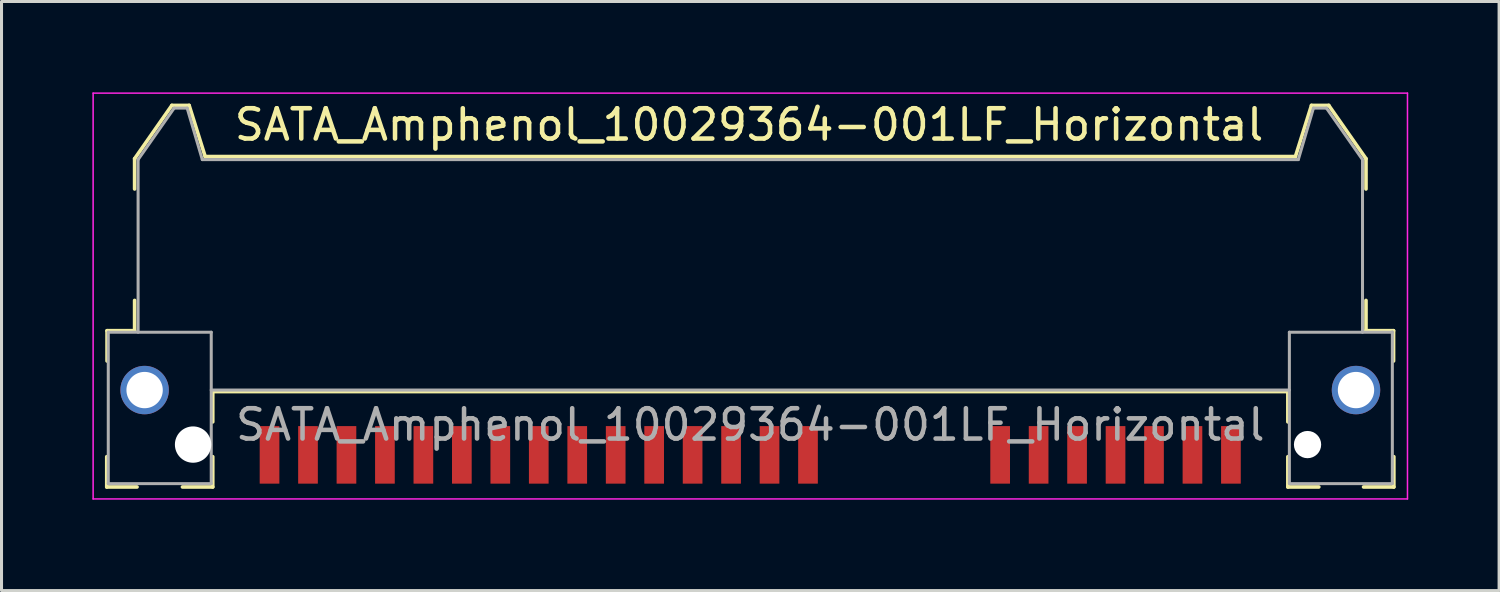
<source format=kicad_pcb>
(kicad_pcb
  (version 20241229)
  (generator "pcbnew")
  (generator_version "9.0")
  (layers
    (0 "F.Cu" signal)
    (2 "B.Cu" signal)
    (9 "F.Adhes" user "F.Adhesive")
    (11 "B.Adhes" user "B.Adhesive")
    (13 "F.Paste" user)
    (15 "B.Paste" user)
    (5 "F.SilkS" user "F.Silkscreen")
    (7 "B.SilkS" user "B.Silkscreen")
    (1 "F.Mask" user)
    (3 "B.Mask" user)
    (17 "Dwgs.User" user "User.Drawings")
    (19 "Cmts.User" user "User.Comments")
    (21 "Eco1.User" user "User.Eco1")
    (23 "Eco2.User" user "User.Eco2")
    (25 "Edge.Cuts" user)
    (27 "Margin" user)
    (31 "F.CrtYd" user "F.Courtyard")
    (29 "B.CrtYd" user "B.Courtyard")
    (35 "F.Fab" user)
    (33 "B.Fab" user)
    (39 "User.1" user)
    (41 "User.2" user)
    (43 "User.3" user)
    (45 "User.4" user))
  (footprint "SATA_Amphenol_10029364-001LF_Horizontal"
    (layer "F.Cu")
    (at 21.725 10.975)
    (property "Reference" "SATA_Amphenol_10029364-001LF_Horizontal" (at -0.041 -9.906 0) (layer "F.SilkS") (effects (font (size 1 1) (thickness 0.15))))
    (attr smd)
    (fp_line (start -21.25 1.055) (end -21.25 2.055) (stroke (width 0.12) (type solid)) (layer "F.SilkS"))
    (fp_line (start -21.25 2.055) (end -20.25 2.055) (stroke (width 0.12) (type solid)) (layer "F.SilkS"))
    (fp_line (start -21.24 -3.105) (end -21.24 -2.105) (stroke (width 0.12) (type solid)) (layer "F.SilkS"))
    (fp_line (start -21.24 -3.105) (end -20.33 -3.105) (stroke (width 0.12) (type solid)) (layer "F.SilkS"))
    (fp_line (start -20.33 -8.785) (end -20.33 -7.785) (stroke (width 0.12) (type solid)) (layer "F.SilkS"))
    (fp_line (start -20.33 -8.785) (end -19.1 -10.545) (stroke (width 0.12) (type solid)) (layer "F.SilkS"))
    (fp_line (start -20.33 -3.105) (end -20.33 -4.105) (stroke (width 0.12) (type solid)) (layer "F.SilkS"))
    (fp_line (start -19.1 -10.545) (end -18.53 -10.545) (stroke (width 0.12) (type solid)) (layer "F.SilkS"))
    (fp_line (start -18.75 2.055) (end -17.75 2.055) (stroke (width 0.12) (type solid)) (layer "F.SilkS"))
    (fp_line (start -18 -8.855) (end -18.53 -10.545) (stroke (width 0.12) (type solid)) (layer "F.SilkS"))
    (fp_line (start -17.75 -1.095) (end -17.75 -0.095) (stroke (width 0.12) (type solid)) (layer "F.SilkS"))
    (fp_line (start -17.75 1.055) (end -17.75 2.055) (stroke (width 0.12) (type solid)) (layer "F.SilkS"))
    (fp_line (start 17.75 -1.095) (end -17.75 -1.095) (stroke (width 0.12) (type solid)) (layer "F.SilkS"))
    (fp_line (start 17.75 -1.095) (end 17.75 -0.095) (stroke (width 0.12) (type solid)) (layer "F.SilkS"))
    (fp_line (start 17.75 1.055) (end 17.75 2.055) (stroke (width 0.12) (type solid)) (layer "F.SilkS"))
    (fp_line (start 18 -8.855) (end -18 -8.855) (stroke (width 0.12) (type solid)) (layer "F.SilkS"))
    (fp_line (start 18 -8.855) (end 18.53 -10.545) (stroke (width 0.12) (type solid)) (layer "F.SilkS"))
    (fp_line (start 18.773 2.055) (end 17.75 2.055) (stroke (width 0.12) (type solid)) (layer "F.SilkS"))
    (fp_line (start 19.1 -10.545) (end 18.53 -10.545) (stroke (width 0.12) (type solid)) (layer "F.SilkS"))
    (fp_line (start 20.33 -8.785) (end 19.1 -10.545) (stroke (width 0.12) (type solid)) (layer "F.SilkS"))
    (fp_line (start 20.33 -8.785) (end 20.33 -7.785) (stroke (width 0.12) (type solid)) (layer "F.SilkS"))
    (fp_line (start 20.33 -3.105) (end 20.33 -4.105) (stroke (width 0.12) (type solid)) (layer "F.SilkS"))
    (fp_line (start 21.24 -3.105) (end 20.33 -3.105) (stroke (width 0.12) (type solid)) (layer "F.SilkS"))
    (fp_line (start 21.24 -3.105) (end 21.24 -2.105) (stroke (width 0.12) (type solid)) (layer "F.SilkS"))
    (fp_line (start 21.25 1.055) (end 21.25 2.055) (stroke (width 0.12) (type solid)) (layer "F.SilkS"))
    (fp_line (start 21.25 2.055) (end 20.25 2.055) (stroke (width 0.12) (type solid)) (layer "F.SilkS"))
    (fp_line (start -21.7 -10.95) (end -21.7 2.45) (stroke (width 0.05) (type solid)) (layer "F.CrtYd"))
    (fp_line (start -21.7 -10.95) (end 21.7 -10.95) (stroke (width 0.05) (type solid)) (layer "F.CrtYd"))
    (fp_line (start -21.7 2.45) (end 21.7 2.45) (stroke (width 0.05) (type solid)) (layer "F.CrtYd"))
    (fp_line (start 21.7 -10.95) (end 21.7 2.45) (stroke (width 0.05) (type solid)) (layer "F.CrtYd"))
    (fp_line (start -21.2 -3.055) (end -21.2 1.945) (stroke (width 0.1) (type solid)) (layer "F.Fab"))
    (fp_line (start -21.2 -3.055) (end -17.8 -3.055) (stroke (width 0.1) (type solid)) (layer "F.Fab"))
    (fp_line (start -21.2 1.945) (end -17.8 1.945) (stroke (width 0.1) (type solid)) (layer "F.Fab"))
    (fp_line (start -20.215 -8.755) (end -20.215 -3.055) (stroke (width 0.1) (type solid)) (layer "F.Fab"))
    (fp_line (start -20.215 -8.755) (end -19.025 -10.455) (stroke (width 0.1) (type solid)) (layer "F.Fab"))
    (fp_line (start -18.595 -10.455) (end -19.025 -10.455) (stroke (width 0.1) (type solid)) (layer "F.Fab"))
    (fp_line (start -18.595 -10.455) (end -18.095 -8.755) (stroke (width 0.1) (type solid)) (layer "F.Fab"))
    (fp_line (start -17.8 -3.055) (end -17.8 1.945) (stroke (width 0.1) (type solid)) (layer "F.Fab"))
    (fp_line (start 17.8 -3.055) (end 17.8 1.93) (stroke (width 0.1) (type solid)) (layer "F.Fab"))
    (fp_line (start 17.8 -1.145) (end -17.8 -1.145) (stroke (width 0.1) (type solid)) (layer "F.Fab"))
    (fp_line (start 18.095 -8.755) (end -18.095 -8.755) (stroke (width 0.1) (type solid)) (layer "F.Fab"))
    (fp_line (start 18.595 -10.455) (end 18.095 -8.755) (stroke (width 0.1) (type solid)) (layer "F.Fab"))
    (fp_line (start 18.595 -10.455) (end 19.025 -10.455) (stroke (width 0.1) (type solid)) (layer "F.Fab"))
    (fp_line (start 20.215 -8.755) (end 19.025 -10.455) (stroke (width 0.1) (type solid)) (layer "F.Fab"))
    (fp_line (start 20.215 -8.755) (end 20.215 -3.055) (stroke (width 0.1) (type solid)) (layer "F.Fab"))
    (fp_line (start 21.2 -3.063) (end 21.2 1.937) (stroke (width 0.1) (type solid)) (layer "F.Fab"))
    (fp_line (start 21.2 -3.055) (end 17.8 -3.055) (stroke (width 0.1) (type solid)) (layer "F.Fab"))
    (fp_line (start 21.2 1.945) (end 17.8 1.945) (stroke (width 0.1) (type solid)) (layer "F.Fab"))
    (fp_text user "${REFERENCE}" (at 0 0 0) (layer "F.Fab") (effects (font (size 1 1) (thickness 0.15))))
    (pad "" np_thru_hole circle (at -18.4 0.655) (size 1.2 1.2) (drill 1.2) (layers "*.Mask" "B.Cu"))
    (pad "" np_thru_hole circle (at 18.4 0.655) (size 0.9 0.9) (drill 0.9) (layers "*.Mask" "B.Cu"))
    (pad "MP" thru_hole circle (at -20 -1.145) (size 1.6 1.6) (drill 1.2) (layers "*.Cu" "*.Mask"))
    (pad "MP" thru_hole circle (at 20 -1.145) (size 1.6 1.6) (drill 1.2) (layers "*.Cu" "*.Mask"))
    (pad "P1" smd rect (at 1.905 0.995) (size 0.65 1.9) (layers "F.Cu" "F.Mask" "F.Paste"))
    (pad "P2" smd rect (at 0.635 0.995) (size 0.65 1.9) (layers "F.Cu" "F.Mask" "F.Paste"))
    (pad "P3" smd rect (at -0.635 0.995) (size 0.65 1.9) (layers "F.Cu" "F.Mask" "F.Paste"))
    (pad "P4" smd rect (at -1.905 0.995) (size 0.65 1.9) (layers "F.Cu" "F.Mask" "F.Paste"))
    (pad "P5" smd rect (at -3.175 0.995) (size 0.65 1.9) (layers "F.Cu" "F.Mask" "F.Paste"))
    (pad "P6" smd rect (at -4.445 0.995) (size 0.65 1.9) (layers "F.Cu" "F.Mask" "F.Paste"))
    (pad "P7" smd rect (at -5.715 0.995) (size 0.65 1.9) (layers "F.Cu" "F.Mask" "F.Paste"))
    (pad "P8" smd rect (at -6.985 0.995) (size 0.65 1.9) (layers "F.Cu" "F.Mask" "F.Paste"))
    (pad "P9" smd rect (at -8.255 0.995) (size 0.65 1.9) (layers "F.Cu" "F.Mask" "F.Paste"))
    (pad "P10" smd rect (at -9.525 0.995) (size 0.65 1.9) (layers "F.Cu" "F.Mask" "F.Paste"))
    (pad "P11" smd rect (at -10.795 0.995) (size 0.65 1.9) (layers "F.Cu" "F.Mask" "F.Paste"))
    (pad "P12" smd rect (at -12.065 0.995) (size 0.65 1.9) (layers "F.Cu" "F.Mask" "F.Paste"))
    (pad "P13" smd rect (at -13.335 0.995) (size 0.65 1.9) (layers "F.Cu" "F.Mask" "F.Paste"))
    (pad "P14" smd rect (at -14.605 0.995) (size 0.65 1.9) (layers "F.Cu" "F.Mask" "F.Paste"))
    (pad "P15" smd rect (at -15.875 0.995) (size 0.65 1.9) (layers "F.Cu" "F.Mask" "F.Paste"))
    (pad "S1" smd rect (at 15.87 0.995) (size 0.65 1.9) (layers "F.Cu" "F.Mask" "F.Paste"))
    (pad "S2" smd rect (at 14.6 0.995) (size 0.65 1.9) (layers "F.Cu" "F.Mask" "F.Paste"))
    (pad "S3" smd rect (at 13.33 0.995) (size 0.65 1.9) (layers "F.Cu" "F.Mask" "F.Paste"))
    (pad "S4" smd rect (at 12.06 0.995) (size 0.65 1.9) (layers "F.Cu" "F.Mask" "F.Paste"))
    (pad "S5" smd rect (at 10.79 0.995) (size 0.65 1.9) (layers "F.Cu" "F.Mask" "F.Paste"))
    (pad "S6" smd rect (at 9.52 0.995) (size 0.65 1.9) (layers "F.Cu" "F.Mask" "F.Paste"))
    (pad "S7" smd rect (at 8.25 0.995) (size 0.65 1.9) (layers "F.Cu" "F.Mask" "F.Paste")))
  (gr_rect
    (start -3 -3)
    (end 46.45 16.45)
    (stroke (width 0.1) (type default))
    (fill no)
    (layer "Edge.Cuts")))
</source>
